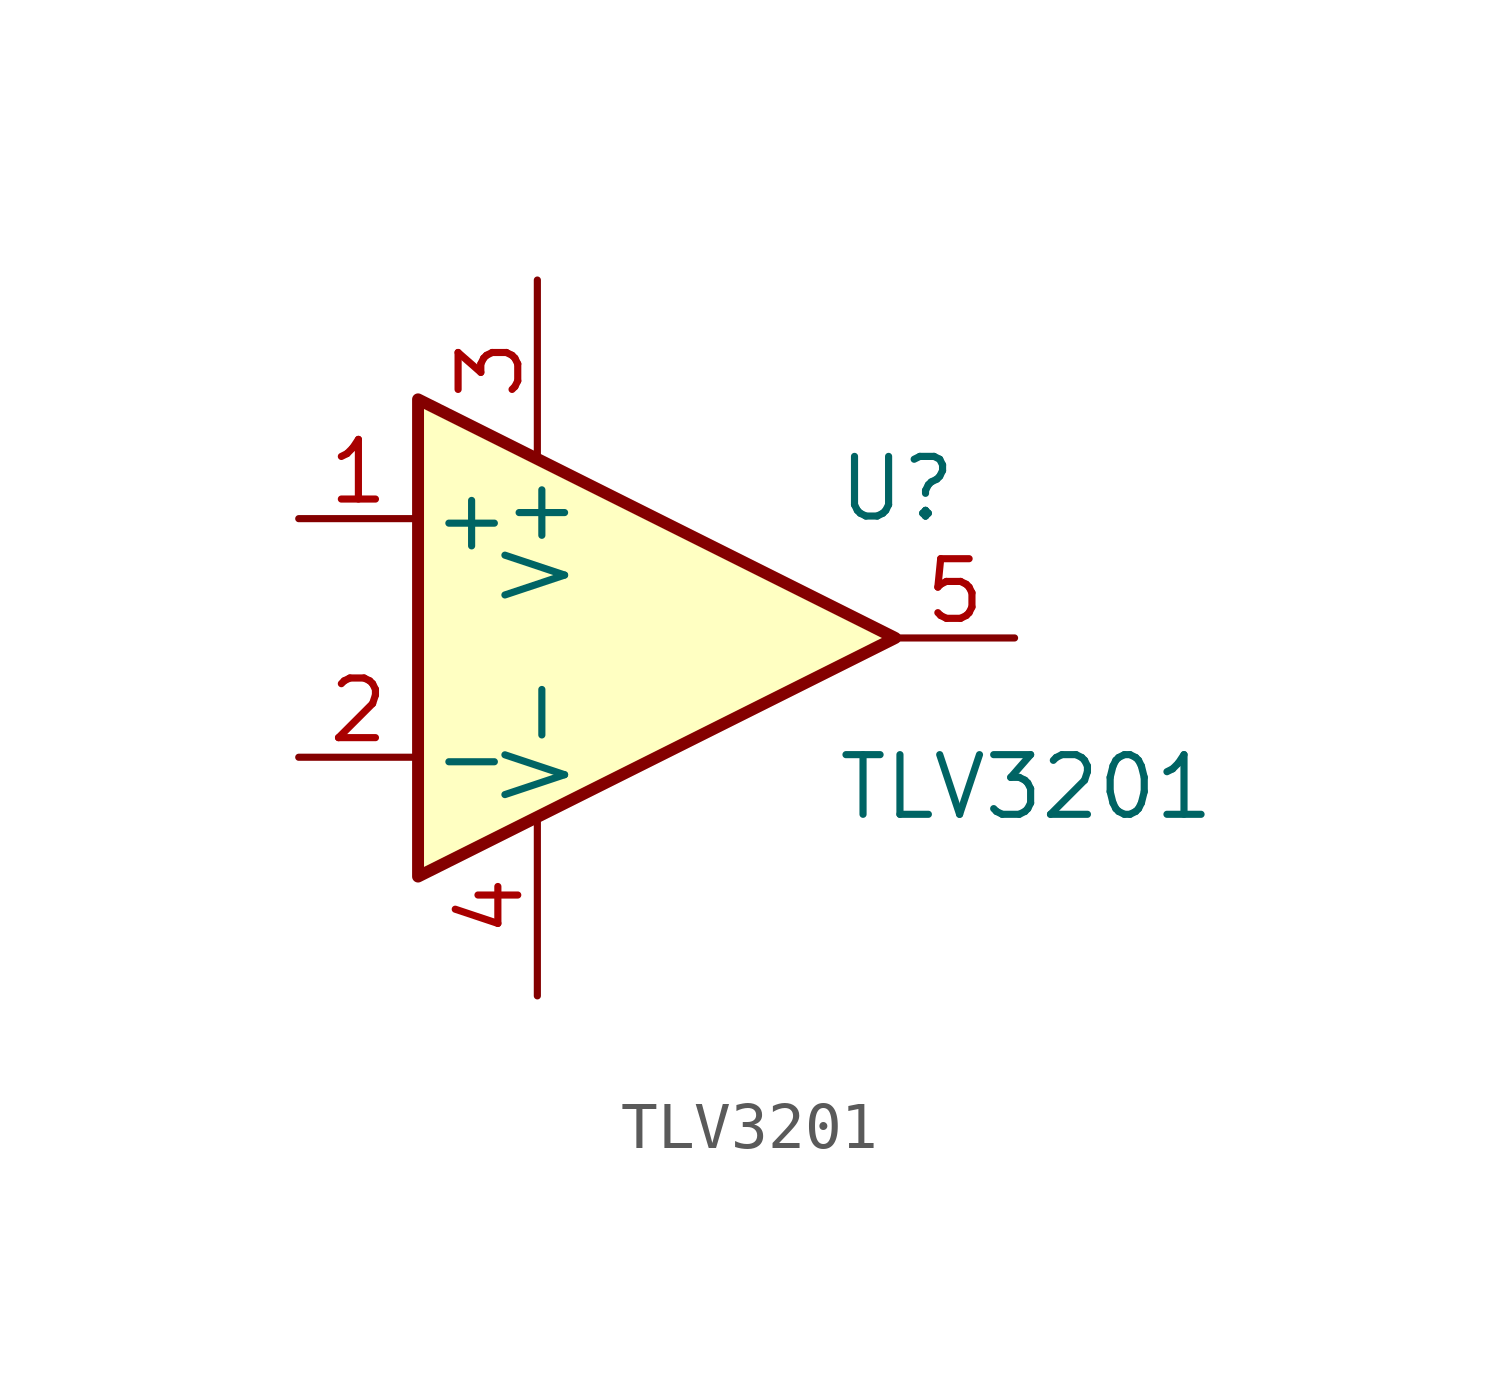
<source format=kicad_sym>
(kicad_symbol_lib
  (version 20211014)
  (generator kicad_symbol_editor)
  (symbol "TLV3201"
    (pin_names
      (offset 0.254))
    (property "Reference" "U"
      (at 3.81 3.175 0)
      (effects (font (size 1.27 1.27)) (justify left)))
    (property "Value" "TLV3201"
      (at 3.81 -3.175 0)
      (effects (font (size 1.27 1.27)) (justify left)))
    (symbol "TLV3201_0_1"
      (polyline (pts (xy 5.08 0) (xy -5.08 5.08) (xy -5.08 -5.08) (xy 5.08 0)) (stroke (width 0.254) (type default) (color 0 0 0 0)) (fill (type background))))
    (symbol "TLV3201_1_1"
      (pin passive line (at -7.62 2.54 0) (length 2.54) (name "+" (effects (font (size 1.27 1.27)))) (number "1" (effects (font (size 1.27 1.27)))))
      (pin passive line (at -7.62 -2.54 0) (length 2.54) (name "-" (effects (font (size 1.27 1.27)))) (number "2" (effects (font (size 1.27 1.27)))))
      (pin passive line (at -2.54 7.62 270) (length 3.81) (name "V+" (effects (font (size 1.27 1.27)))) (number "3" (effects (font (size 1.27 1.27)))))
      (pin passive line (at -2.54 -7.62 90) (length 3.81) (name "V-" (effects (font (size 1.27 1.27)))) (number "4" (effects (font (size 1.27 1.27)))))
      (pin passive line (at 7.62 0 180) (length 2.54) (name "~" (effects (font (size 1.27 1.27)))) (number "5" (effects (font (size 1.27 1.27))))))))
</source>
